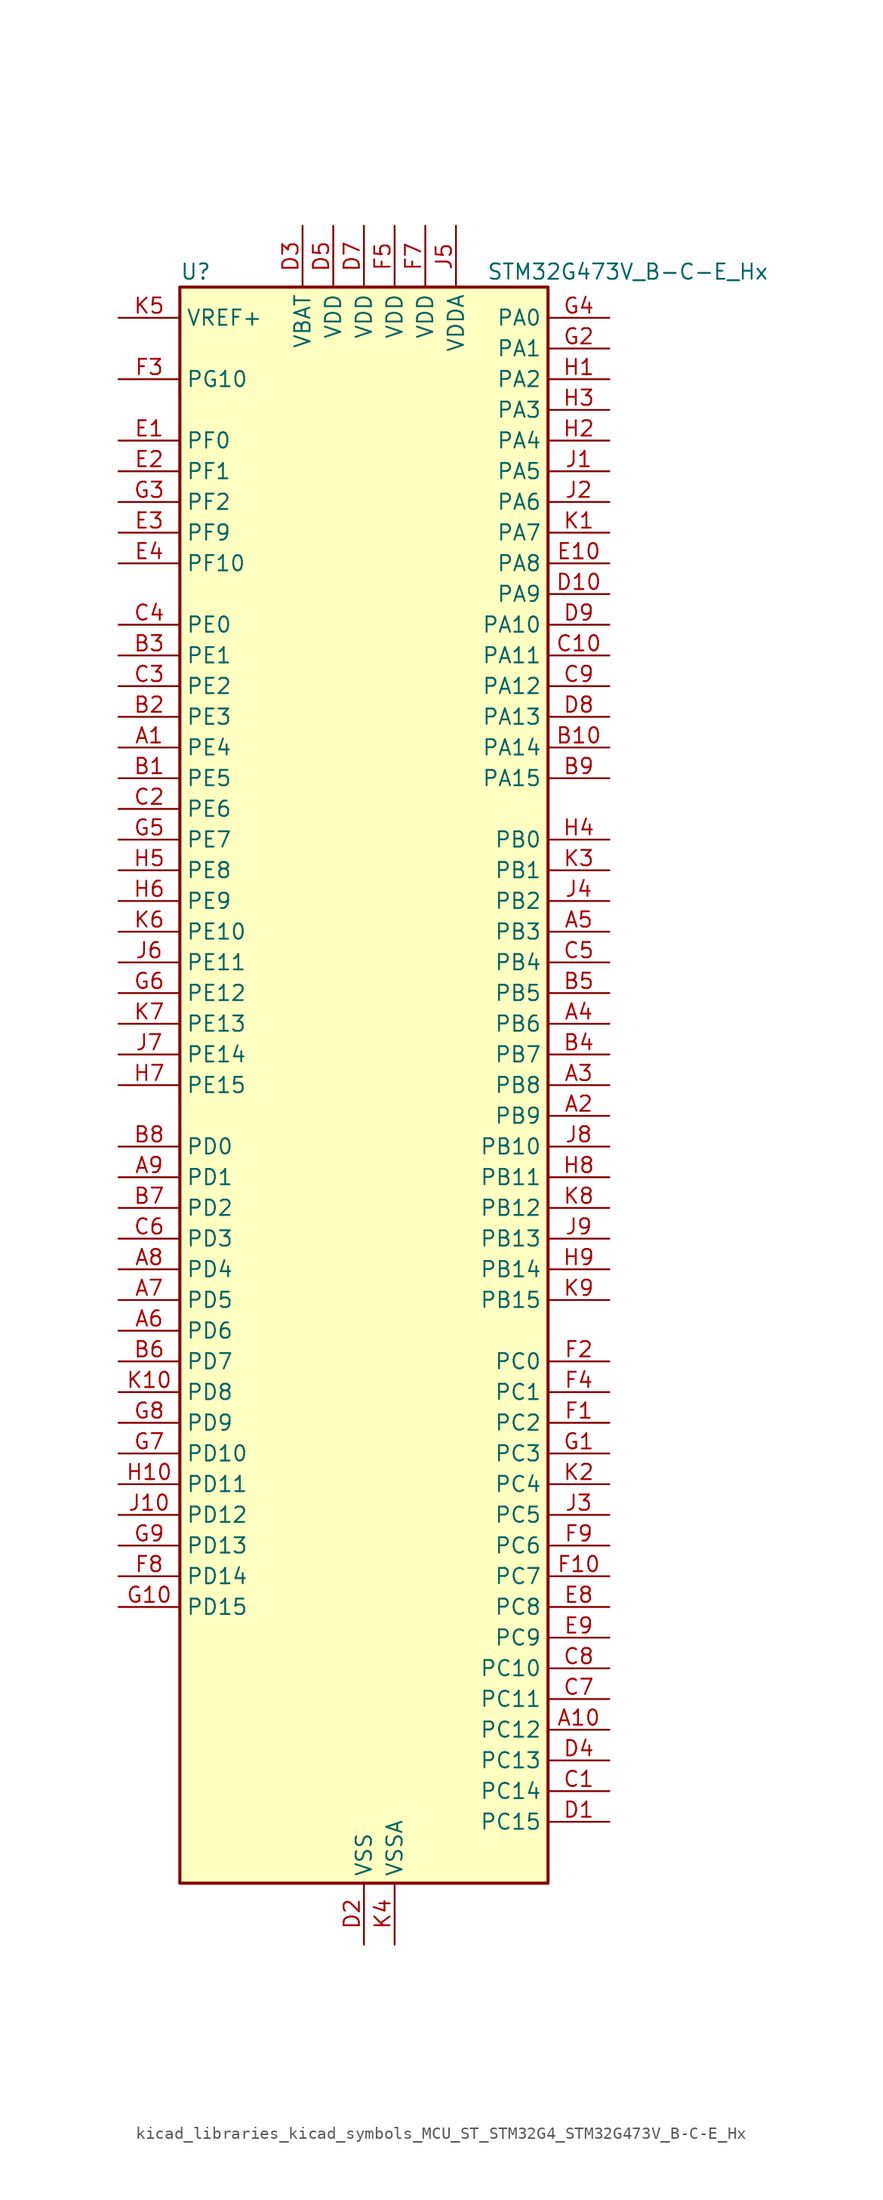
<source format=kicad_sym>
(kicad_symbol_lib
  (version 20220914)
  (generator kicad_symbol_editor)
  (symbol "kicad_libraries_kicad_symbols_MCU_ST_STM32G4_STM32G473V_B-C-E_Hx"
    (property "Reference" "U"
      (at -15.24 67.31 0)
      (effects (font (size 1.27 1.27)) (justify left)))
    (property "Value" "STM32G473V_B-C-E_Hx"
      (at 10.16 67.31 0)
      (effects (font (size 1.27 1.27)) (justify left)))
    (property "ki_locked" ""
      (at 0 0 0)
      (effects (font (size 1.27 1.27))))
    (symbol "kicad_libraries_kicad_symbols_MCU_ST_STM32G4_STM32G473V_B-C-E_Hx_0_1"
      (rectangle (start -15.24 -66.04) (end 15.24 66.04) (stroke (width 0.254) (type default)) (fill (type background))))
    (symbol "kicad_libraries_kicad_symbols_MCU_ST_STM32G4_STM32G473V_B-C-E_Hx_1_1"
      (pin bidirectional line (at -20.32 27.94 0) (length 5.08) (name "PE4" (effects (font (size 1.27 1.27)))) (number "A1" (effects (font (size 1.27 1.27)))) (alternate "FMC_A20" bidirectional line) (alternate "SAI1_D2" bidirectional line) (alternate "SAI1_FS_A" bidirectional line) (alternate "SPI4_NSS" bidirectional line) (alternate "SYS_TRACED1" bidirectional line) (alternate "TIM20_CH1N" bidirectional line) (alternate "TIM3_CH3" bidirectional line))
      (pin bidirectional line (at 20.32 -53.34 180) (length 5.08) (name "PC12" (effects (font (size 1.27 1.27)))) (number "A10" (effects (font (size 1.27 1.27)))) (alternate "I2S3_SD" bidirectional line) (alternate "SPI3_MOSI" bidirectional line) (alternate "TIM5_CH2" bidirectional line) (alternate "TIM8_CH3N" bidirectional line) (alternate "UART5_TX" bidirectional line) (alternate "UCPD1_FRSTX1" bidirectional line) (alternate "UCPD1_FRSTX2" bidirectional line) (alternate "USART3_CK" bidirectional line))
      (pin bidirectional line (at 20.32 -2.54 180) (length 5.08) (name "PB9" (effects (font (size 1.27 1.27)))) (number "A2" (effects (font (size 1.27 1.27)))) (alternate "COMP2_OUT" bidirectional line) (alternate "DAC1_EXTI9" bidirectional line) (alternate "DAC2_EXTI9" bidirectional line) (alternate "DAC3_EXTI9" bidirectional line) (alternate "DAC4_EXTI9" bidirectional line) (alternate "FDCAN1_TX" bidirectional line) (alternate "I2C1_SDA" bidirectional line) (alternate "IR_OUT" bidirectional line) (alternate "SAI1_D2" bidirectional line) (alternate "SAI1_FS_A" bidirectional line) (alternate "TIM17_CH1" bidirectional line) (alternate "TIM1_CH3N" bidirectional line) (alternate "TIM4_CH4" bidirectional line) (alternate "TIM8_CH3" bidirectional line) (alternate "USART3_TX" bidirectional line))
      (pin bidirectional line (at 20.32 0 180) (length 5.08) (name "PB8" (effects (font (size 1.27 1.27)))) (number "A3" (effects (font (size 1.27 1.27)))) (alternate "COMP1_OUT" bidirectional line) (alternate "FDCAN1_RX" bidirectional line) (alternate "I2C1_SCL" bidirectional line) (alternate "SAI1_CK1" bidirectional line) (alternate "SAI1_MCLK_A" bidirectional line) (alternate "TIM16_CH1" bidirectional line) (alternate "TIM1_BKIN" bidirectional line) (alternate "TIM4_CH3" bidirectional line) (alternate "TIM8_CH2" bidirectional line) (alternate "USART3_RX" bidirectional line))
      (pin bidirectional line (at 20.32 5.08 180) (length 5.08) (name "PB6" (effects (font (size 1.27 1.27)))) (number "A4" (effects (font (size 1.27 1.27)))) (alternate "COMP4_OUT" bidirectional line) (alternate "FDCAN2_TX" bidirectional line) (alternate "LPTIM1_ETR" bidirectional line) (alternate "SAI1_FS_B" bidirectional line) (alternate "TIM16_CH1N" bidirectional line) (alternate "TIM4_CH1" bidirectional line) (alternate "TIM8_BKIN2" bidirectional line) (alternate "TIM8_CH1" bidirectional line) (alternate "TIM8_ETR" bidirectional line) (alternate "UCPD1_CC1" bidirectional line) (alternate "USART1_TX" bidirectional line))
      (pin bidirectional line (at 20.32 12.7 180) (length 5.08) (name "PB3" (effects (font (size 1.27 1.27)))) (number "A5" (effects (font (size 1.27 1.27)))) (alternate "ADC3_EXTI3" bidirectional line) (alternate "ADC4_EXTI3" bidirectional line) (alternate "ADC5_EXTI3" bidirectional line) (alternate "CRS_SYNC" bidirectional line) (alternate "FDCAN3_RX" bidirectional line) (alternate "I2S3_CK" bidirectional line) (alternate "SAI1_SCK_B" bidirectional line) (alternate "SPI1_SCK" bidirectional line) (alternate "SPI3_SCK" bidirectional line) (alternate "SYS_JTDO-SWO" bidirectional line) (alternate "TIM2_CH2" bidirectional line) (alternate "TIM3_ETR" bidirectional line) (alternate "TIM4_ETR" bidirectional line) (alternate "TIM8_CH1N" bidirectional line) (alternate "USART2_TX" bidirectional line))
      (pin bidirectional line (at -20.32 -20.32 0) (length 5.08) (name "PD6" (effects (font (size 1.27 1.27)))) (number "A6" (effects (font (size 1.27 1.27)))) (alternate "FMC_NWAIT" bidirectional line) (alternate "QUADSPI1_BK2_IO2" bidirectional line) (alternate "SAI1_D1" bidirectional line) (alternate "SAI1_SD_A" bidirectional line) (alternate "TIM2_CH4" bidirectional line) (alternate "USART2_RX" bidirectional line))
      (pin bidirectional line (at -20.32 -17.78 0) (length 5.08) (name "PD5" (effects (font (size 1.27 1.27)))) (number "A7" (effects (font (size 1.27 1.27)))) (alternate "FMC_NWE" bidirectional line) (alternate "QUADSPI1_BK2_IO1" bidirectional line) (alternate "USART2_TX" bidirectional line))
      (pin bidirectional line (at -20.32 -15.24 0) (length 5.08) (name "PD4" (effects (font (size 1.27 1.27)))) (number "A8" (effects (font (size 1.27 1.27)))) (alternate "FMC_NOE" bidirectional line) (alternate "QUADSPI1_BK2_IO0" bidirectional line) (alternate "TIM2_CH2" bidirectional line) (alternate "USART2_DE" bidirectional line) (alternate "USART2_RTS" bidirectional line))
      (pin bidirectional line (at -20.32 -7.62 0) (length 5.08) (name "PD1" (effects (font (size 1.27 1.27)))) (number "A9" (effects (font (size 1.27 1.27)))) (alternate "FDCAN1_TX" bidirectional line) (alternate "FMC_D3" bidirectional line) (alternate "FMC_DA3" bidirectional line) (alternate "TIM8_BKIN2" bidirectional line) (alternate "TIM8_CH4" bidirectional line))
      (pin bidirectional line (at -20.32 25.4 0) (length 5.08) (name "PE5" (effects (font (size 1.27 1.27)))) (number "B1" (effects (font (size 1.27 1.27)))) (alternate "FMC_A21" bidirectional line) (alternate "SAI1_CK2" bidirectional line) (alternate "SAI1_SCK_A" bidirectional line) (alternate "SPI4_MISO" bidirectional line) (alternate "SYS_TRACED2" bidirectional line) (alternate "TIM20_CH2N" bidirectional line) (alternate "TIM3_CH4" bidirectional line))
      (pin bidirectional line (at 20.32 27.94 180) (length 5.08) (name "PA14" (effects (font (size 1.27 1.27)))) (number "B10" (effects (font (size 1.27 1.27)))) (alternate "I2C1_SDA" bidirectional line) (alternate "I2C4_SMBA" bidirectional line) (alternate "LPTIM1_OUT" bidirectional line) (alternate "SAI1_FS_B" bidirectional line) (alternate "SYS_JTCK-SWCLK" bidirectional line) (alternate "TIM1_BKIN" bidirectional line) (alternate "TIM8_CH2" bidirectional line) (alternate "USART2_TX" bidirectional line))
      (pin bidirectional line (at -20.32 30.48 0) (length 5.08) (name "PE3" (effects (font (size 1.27 1.27)))) (number "B2" (effects (font (size 1.27 1.27)))) (alternate "ADC3_EXTI3" bidirectional line) (alternate "ADC4_EXTI3" bidirectional line) (alternate "ADC5_EXTI3" bidirectional line) (alternate "FMC_A19" bidirectional line) (alternate "SAI1_SD_B" bidirectional line) (alternate "SPI4_NSS" bidirectional line) (alternate "SYS_TRACED0" bidirectional line) (alternate "TIM20_CH2" bidirectional line) (alternate "TIM3_CH2" bidirectional line))
      (pin bidirectional line (at -20.32 35.56 0) (length 5.08) (name "PE1" (effects (font (size 1.27 1.27)))) (number "B3" (effects (font (size 1.27 1.27)))) (alternate "FMC_NBL1" bidirectional line) (alternate "TIM17_CH1" bidirectional line) (alternate "TIM20_CH4" bidirectional line) (alternate "USART1_RX" bidirectional line))
      (pin bidirectional line (at 20.32 2.54 180) (length 5.08) (name "PB7" (effects (font (size 1.27 1.27)))) (number "B4" (effects (font (size 1.27 1.27)))) (alternate "COMP3_OUT" bidirectional line) (alternate "FMC_NL" bidirectional line) (alternate "I2C1_SDA" bidirectional line) (alternate "I2C4_SDA" bidirectional line) (alternate "LPTIM1_IN2" bidirectional line) (alternate "SYS_PVD_IN" bidirectional line) (alternate "TIM17_CH1N" bidirectional line) (alternate "TIM3_CH4" bidirectional line) (alternate "TIM4_CH2" bidirectional line) (alternate "TIM8_BKIN" bidirectional line) (alternate "UART4_CTS" bidirectional line) (alternate "USART1_RX" bidirectional line))
      (pin bidirectional line (at 20.32 7.62 180) (length 5.08) (name "PB5" (effects (font (size 1.27 1.27)))) (number "B5" (effects (font (size 1.27 1.27)))) (alternate "FDCAN2_RX" bidirectional line) (alternate "I2C1_SMBA" bidirectional line) (alternate "I2C3_SDA" bidirectional line) (alternate "I2S3_SD" bidirectional line) (alternate "LPTIM1_IN1" bidirectional line) (alternate "SAI1_SD_B" bidirectional line) (alternate "SPI1_MOSI" bidirectional line) (alternate "SPI3_MOSI" bidirectional line) (alternate "TIM16_BKIN" bidirectional line) (alternate "TIM17_CH1" bidirectional line) (alternate "TIM3_CH2" bidirectional line) (alternate "TIM8_CH3N" bidirectional line) (alternate "UART5_CTS" bidirectional line) (alternate "USART2_CK" bidirectional line))
      (pin bidirectional line (at -20.32 -22.86 0) (length 5.08) (name "PD7" (effects (font (size 1.27 1.27)))) (number "B6" (effects (font (size 1.27 1.27)))) (alternate "FMC_NCE" bidirectional line) (alternate "FMC_NE1" bidirectional line) (alternate "QUADSPI1_BK2_IO3" bidirectional line) (alternate "TIM2_CH3" bidirectional line) (alternate "USART2_CK" bidirectional line))
      (pin bidirectional line (at -20.32 -10.16 0) (length 5.08) (name "PD2" (effects (font (size 1.27 1.27)))) (number "B7" (effects (font (size 1.27 1.27)))) (alternate "ADC3_EXTI2" bidirectional line) (alternate "ADC4_EXTI2" bidirectional line) (alternate "ADC5_EXTI2" bidirectional line) (alternate "TIM3_ETR" bidirectional line) (alternate "TIM8_BKIN" bidirectional line) (alternate "UART5_RX" bidirectional line))
      (pin bidirectional line (at -20.32 -5.08 0) (length 5.08) (name "PD0" (effects (font (size 1.27 1.27)))) (number "B8" (effects (font (size 1.27 1.27)))) (alternate "FDCAN1_RX" bidirectional line) (alternate "FMC_D2" bidirectional line) (alternate "FMC_DA2" bidirectional line) (alternate "TIM8_CH4N" bidirectional line))
      (pin bidirectional line (at 20.32 25.4 180) (length 5.08) (name "PA15" (effects (font (size 1.27 1.27)))) (number "B9" (effects (font (size 1.27 1.27)))) (alternate "ADC1_EXTI15" bidirectional line) (alternate "ADC2_EXTI15" bidirectional line) (alternate "FDCAN3_TX" bidirectional line) (alternate "I2C1_SCL" bidirectional line) (alternate "I2S3_WS" bidirectional line) (alternate "SPI1_NSS" bidirectional line) (alternate "SPI3_NSS" bidirectional line) (alternate "SYS_JTDI" bidirectional line) (alternate "TIM1_BKIN" bidirectional line) (alternate "TIM2_CH1" bidirectional line) (alternate "TIM2_ETR" bidirectional line) (alternate "TIM8_CH1" bidirectional line) (alternate "UART4_DE" bidirectional line) (alternate "UART4_RTS" bidirectional line) (alternate "USART2_RX" bidirectional line))
      (pin bidirectional line (at 20.32 -58.42 180) (length 5.08) (name "PC14" (effects (font (size 1.27 1.27)))) (number "C1" (effects (font (size 1.27 1.27)))) (alternate "RCC_OSC32_IN" bidirectional line))
      (pin bidirectional line (at 20.32 35.56 180) (length 5.08) (name "PA11" (effects (font (size 1.27 1.27)))) (number "C10" (effects (font (size 1.27 1.27)))) (alternate "ADC1_EXTI11" bidirectional line) (alternate "ADC2_EXTI11" bidirectional line) (alternate "COMP1_OUT" bidirectional line) (alternate "FDCAN1_RX" bidirectional line) (alternate "I2S2_SD" bidirectional line) (alternate "SPI2_MOSI" bidirectional line) (alternate "TIM1_BKIN2" bidirectional line) (alternate "TIM1_CH1N" bidirectional line) (alternate "TIM1_CH4" bidirectional line) (alternate "TIM4_CH1" bidirectional line) (alternate "USART1_CTS" bidirectional line) (alternate "USART1_NSS" bidirectional line) (alternate "USB_DM" bidirectional line))
      (pin bidirectional line (at -20.32 22.86 0) (length 5.08) (name "PE6" (effects (font (size 1.27 1.27)))) (number "C2" (effects (font (size 1.27 1.27)))) (alternate "FMC_A22" bidirectional line) (alternate "RTC_TAMP3" bidirectional line) (alternate "SAI1_D1" bidirectional line) (alternate "SAI1_SD_A" bidirectional line) (alternate "SPI4_MOSI" bidirectional line) (alternate "SYS_TRACED3" bidirectional line) (alternate "SYS_WKUP3" bidirectional line) (alternate "TIM20_CH3N" bidirectional line))
      (pin bidirectional line (at -20.32 33.02 0) (length 5.08) (name "PE2" (effects (font (size 1.27 1.27)))) (number "C3" (effects (font (size 1.27 1.27)))) (alternate "ADC3_EXTI2" bidirectional line) (alternate "ADC4_EXTI2" bidirectional line) (alternate "ADC5_EXTI2" bidirectional line) (alternate "FMC_A23" bidirectional line) (alternate "SAI1_CK1" bidirectional line) (alternate "SAI1_MCLK_A" bidirectional line) (alternate "SPI4_SCK" bidirectional line) (alternate "SYS_TRACECLK" bidirectional line) (alternate "TIM20_CH1" bidirectional line) (alternate "TIM3_CH1" bidirectional line))
      (pin bidirectional line (at -20.32 38.1 0) (length 5.08) (name "PE0" (effects (font (size 1.27 1.27)))) (number "C4" (effects (font (size 1.27 1.27)))) (alternate "FMC_NBL0" bidirectional line) (alternate "TIM16_CH1" bidirectional line) (alternate "TIM20_CH4N" bidirectional line) (alternate "TIM20_ETR" bidirectional line) (alternate "TIM4_ETR" bidirectional line) (alternate "USART1_TX" bidirectional line))
      (pin bidirectional line (at 20.32 10.16 180) (length 5.08) (name "PB4" (effects (font (size 1.27 1.27)))) (number "C5" (effects (font (size 1.27 1.27)))) (alternate "FDCAN3_TX" bidirectional line) (alternate "SAI1_MCLK_B" bidirectional line) (alternate "SPI1_MISO" bidirectional line) (alternate "SPI3_MISO" bidirectional line) (alternate "SYS_JTRST" bidirectional line) (alternate "TIM16_CH1" bidirectional line) (alternate "TIM17_BKIN" bidirectional line) (alternate "TIM3_CH1" bidirectional line) (alternate "TIM8_CH2N" bidirectional line) (alternate "UART5_DE" bidirectional line) (alternate "UART5_RTS" bidirectional line) (alternate "UCPD1_CC2" bidirectional line) (alternate "USART2_RX" bidirectional line))
      (pin bidirectional line (at -20.32 -12.7 0) (length 5.08) (name "PD3" (effects (font (size 1.27 1.27)))) (number "C6" (effects (font (size 1.27 1.27)))) (alternate "ADC3_EXTI3" bidirectional line) (alternate "ADC4_EXTI3" bidirectional line) (alternate "ADC5_EXTI3" bidirectional line) (alternate "FMC_CLK" bidirectional line) (alternate "QUADSPI1_BK2_NCS" bidirectional line) (alternate "TIM2_CH1" bidirectional line) (alternate "TIM2_ETR" bidirectional line) (alternate "USART2_CTS" bidirectional line) (alternate "USART2_NSS" bidirectional line))
      (pin bidirectional line (at 20.32 -50.8 180) (length 5.08) (name "PC11" (effects (font (size 1.27 1.27)))) (number "C7" (effects (font (size 1.27 1.27)))) (alternate "ADC1_EXTI11" bidirectional line) (alternate "ADC2_EXTI11" bidirectional line) (alternate "I2C3_SDA" bidirectional line) (alternate "SPI3_MISO" bidirectional line) (alternate "TIM8_CH2N" bidirectional line) (alternate "UART4_RX" bidirectional line) (alternate "USART3_RX" bidirectional line))
      (pin bidirectional line (at 20.32 -48.26 180) (length 5.08) (name "PC10" (effects (font (size 1.27 1.27)))) (number "C8" (effects (font (size 1.27 1.27)))) (alternate "DAC1_EXTI10" bidirectional line) (alternate "DAC2_EXTI10" bidirectional line) (alternate "DAC3_EXTI10" bidirectional line) (alternate "DAC4_EXTI10" bidirectional line) (alternate "I2S3_CK" bidirectional line) (alternate "SPI3_SCK" bidirectional line) (alternate "TIM8_CH1N" bidirectional line) (alternate "UART4_TX" bidirectional line) (alternate "USART3_TX" bidirectional line))
      (pin bidirectional line (at 20.32 33.02 180) (length 5.08) (name "PA12" (effects (font (size 1.27 1.27)))) (number "C9" (effects (font (size 1.27 1.27)))) (alternate "COMP2_OUT" bidirectional line) (alternate "FDCAN1_TX" bidirectional line) (alternate "I2S_CKIN" bidirectional line) (alternate "TIM16_CH1" bidirectional line) (alternate "TIM1_CH2N" bidirectional line) (alternate "TIM1_ETR" bidirectional line) (alternate "TIM4_CH2" bidirectional line) (alternate "USART1_DE" bidirectional line) (alternate "USART1_RTS" bidirectional line) (alternate "USB_DP" bidirectional line))
      (pin bidirectional line (at 20.32 -60.96 180) (length 5.08) (name "PC15" (effects (font (size 1.27 1.27)))) (number "D1" (effects (font (size 1.27 1.27)))) (alternate "ADC1_EXTI15" bidirectional line) (alternate "ADC2_EXTI15" bidirectional line) (alternate "RCC_OSC32_OUT" bidirectional line))
      (pin bidirectional line (at 20.32 40.64 180) (length 5.08) (name "PA9" (effects (font (size 1.27 1.27)))) (number "D10" (effects (font (size 1.27 1.27)))) (alternate "ADC5_IN2" bidirectional line) (alternate "COMP5_OUT" bidirectional line) (alternate "DAC1_EXTI9" bidirectional line) (alternate "DAC2_EXTI9" bidirectional line) (alternate "DAC3_EXTI9" bidirectional line) (alternate "DAC4_EXTI9" bidirectional line) (alternate "I2C2_SCL" bidirectional line) (alternate "I2C3_SMBA" bidirectional line) (alternate "I2S3_MCK" bidirectional line) (alternate "SAI1_FS_A" bidirectional line) (alternate "TIM15_BKIN" bidirectional line) (alternate "TIM1_CH2" bidirectional line) (alternate "TIM2_CH3" bidirectional line) (alternate "UCPD1_DBCC1" bidirectional line) (alternate "USART1_TX" bidirectional line))
      (pin power_in line (at 0 -71.12 90) (length 5.08) (name "VSS" (effects (font (size 1.27 1.27)))) (number "D2" (effects (font (size 1.27 1.27)))))
      (pin power_in line (at -5.08 71.12 270) (length 5.08) (name "VBAT" (effects (font (size 1.27 1.27)))) (number "D3" (effects (font (size 1.27 1.27)))))
      (pin bidirectional line (at 20.32 -55.88 180) (length 5.08) (name "PC13" (effects (font (size 1.27 1.27)))) (number "D4" (effects (font (size 1.27 1.27)))) (alternate "RTC_OUT1" bidirectional line) (alternate "RTC_TAMP1" bidirectional line) (alternate "RTC_TS" bidirectional line) (alternate "SYS_WKUP2" bidirectional line) (alternate "TIM1_BKIN" bidirectional line) (alternate "TIM1_CH1N" bidirectional line) (alternate "TIM8_CH4N" bidirectional line))
      (pin power_in line (at -2.54 71.12 270) (length 5.08) (name "VDD" (effects (font (size 1.27 1.27)))) (number "D5" (effects (font (size 1.27 1.27)))))
      (pin passive line (at 0 -71.12 90) (length 5.08) hide (name "VSS" (effects (font (size 1.27 1.27)))) (number "D6" (effects (font (size 1.27 1.27)))))
      (pin power_in line (at 0 71.12 270) (length 5.08) (name "VDD" (effects (font (size 1.27 1.27)))) (number "D7" (effects (font (size 1.27 1.27)))))
      (pin bidirectional line (at 20.32 30.48 180) (length 5.08) (name "PA13" (effects (font (size 1.27 1.27)))) (number "D8" (effects (font (size 1.27 1.27)))) (alternate "I2C1_SCL" bidirectional line) (alternate "I2C4_SCL" bidirectional line) (alternate "IR_OUT" bidirectional line) (alternate "SAI1_SD_B" bidirectional line) (alternate "SYS_JTMS-SWDIO" bidirectional line) (alternate "TIM16_CH1N" bidirectional line) (alternate "TIM4_CH3" bidirectional line) (alternate "USART3_CTS" bidirectional line) (alternate "USART3_NSS" bidirectional line))
      (pin bidirectional line (at 20.32 38.1 180) (length 5.08) (name "PA10" (effects (font (size 1.27 1.27)))) (number "D9" (effects (font (size 1.27 1.27)))) (alternate "COMP6_OUT" bidirectional line) (alternate "CRS_SYNC" bidirectional line) (alternate "DAC1_EXTI10" bidirectional line) (alternate "DAC2_EXTI10" bidirectional line) (alternate "DAC3_EXTI10" bidirectional line) (alternate "DAC4_EXTI10" bidirectional line) (alternate "I2C2_SMBA" bidirectional line) (alternate "SAI1_D1" bidirectional line) (alternate "SAI1_SD_A" bidirectional line) (alternate "SPI2_MISO" bidirectional line) (alternate "TIM17_BKIN" bidirectional line) (alternate "TIM1_CH3" bidirectional line) (alternate "TIM2_CH4" bidirectional line) (alternate "TIM8_BKIN" bidirectional line) (alternate "UCPD1_DBCC2" bidirectional line) (alternate "USART1_RX" bidirectional line))
      (pin bidirectional line (at -20.32 53.34 0) (length 5.08) (name "PF0" (effects (font (size 1.27 1.27)))) (number "E1" (effects (font (size 1.27 1.27)))) (alternate "ADC1_IN10" bidirectional line) (alternate "I2C2_SDA" bidirectional line) (alternate "I2S2_WS" bidirectional line) (alternate "RCC_OSC_IN" bidirectional line) (alternate "SPI2_NSS" bidirectional line) (alternate "TIM1_CH3N" bidirectional line))
      (pin bidirectional line (at 20.32 43.18 180) (length 5.08) (name "PA8" (effects (font (size 1.27 1.27)))) (number "E10" (effects (font (size 1.27 1.27)))) (alternate "ADC5_IN1" bidirectional line) (alternate "COMP7_OUT" bidirectional line) (alternate "FDCAN3_RX" bidirectional line) (alternate "I2C2_SDA" bidirectional line) (alternate "I2C3_SCL" bidirectional line) (alternate "I2S2_MCK" bidirectional line) (alternate "OPAMP5_VOUT" bidirectional line) (alternate "RCC_MCO" bidirectional line) (alternate "SAI1_CK2" bidirectional line) (alternate "SAI1_SCK_A" bidirectional line) (alternate "TIM1_CH1" bidirectional line) (alternate "TIM4_ETR" bidirectional line) (alternate "USART1_CK" bidirectional line))
      (pin bidirectional line (at -20.32 50.8 0) (length 5.08) (name "PF1" (effects (font (size 1.27 1.27)))) (number "E2" (effects (font (size 1.27 1.27)))) (alternate "ADC2_IN10" bidirectional line) (alternate "COMP3_INM" bidirectional line) (alternate "I2S2_CK" bidirectional line) (alternate "RCC_OSC_OUT" bidirectional line) (alternate "SPI2_SCK" bidirectional line))
      (pin bidirectional line (at -20.32 45.72 0) (length 5.08) (name "PF9" (effects (font (size 1.27 1.27)))) (number "E3" (effects (font (size 1.27 1.27)))) (alternate "DAC1_EXTI9" bidirectional line) (alternate "DAC2_EXTI9" bidirectional line) (alternate "DAC3_EXTI9" bidirectional line) (alternate "DAC4_EXTI9" bidirectional line) (alternate "FMC_A25" bidirectional line) (alternate "QUADSPI1_BK1_IO1" bidirectional line) (alternate "SAI1_FS_B" bidirectional line) (alternate "SPI2_SCK" bidirectional line) (alternate "TIM15_CH1" bidirectional line) (alternate "TIM20_BKIN" bidirectional line) (alternate "TIM5_CH4" bidirectional line))
      (pin bidirectional line (at -20.32 43.18 0) (length 5.08) (name "PF10" (effects (font (size 1.27 1.27)))) (number "E4" (effects (font (size 1.27 1.27)))) (alternate "DAC1_EXTI10" bidirectional line) (alternate "DAC2_EXTI10" bidirectional line) (alternate "DAC3_EXTI10" bidirectional line) (alternate "DAC4_EXTI10" bidirectional line) (alternate "FMC_A0" bidirectional line) (alternate "QUADSPI1_CLK" bidirectional line) (alternate "SAI1_D3" bidirectional line) (alternate "SPI2_SCK" bidirectional line) (alternate "TIM15_CH2" bidirectional line) (alternate "TIM20_BKIN2" bidirectional line))
      (pin passive line (at 0 -71.12 90) (length 5.08) hide (name "VSS" (effects (font (size 1.27 1.27)))) (number "E5" (effects (font (size 1.27 1.27)))))
      (pin passive line (at 0 -71.12 90) (length 5.08) hide (name "VSS" (effects (font (size 1.27 1.27)))) (number "E6" (effects (font (size 1.27 1.27)))))
      (pin passive line (at 0 -71.12 90) (length 5.08) hide (name "VSS" (effects (font (size 1.27 1.27)))) (number "E7" (effects (font (size 1.27 1.27)))))
      (pin bidirectional line (at 20.32 -43.18 180) (length 5.08) (name "PC8" (effects (font (size 1.27 1.27)))) (number "E8" (effects (font (size 1.27 1.27)))) (alternate "COMP7_OUT" bidirectional line) (alternate "I2C3_SCL" bidirectional line) (alternate "TIM20_CH3" bidirectional line) (alternate "TIM3_CH3" bidirectional line) (alternate "TIM8_CH3" bidirectional line))
      (pin bidirectional line (at 20.32 -45.72 180) (length 5.08) (name "PC9" (effects (font (size 1.27 1.27)))) (number "E9" (effects (font (size 1.27 1.27)))) (alternate "DAC1_EXTI9" bidirectional line) (alternate "DAC2_EXTI9" bidirectional line) (alternate "DAC3_EXTI9" bidirectional line) (alternate "DAC4_EXTI9" bidirectional line) (alternate "I2C3_SDA" bidirectional line) (alternate "I2S_CKIN" bidirectional line) (alternate "TIM3_CH4" bidirectional line) (alternate "TIM8_BKIN2" bidirectional line) (alternate "TIM8_CH4" bidirectional line))
      (pin bidirectional line (at 20.32 -27.94 180) (length 5.08) (name "PC2" (effects (font (size 1.27 1.27)))) (number "F1" (effects (font (size 1.27 1.27)))) (alternate "ADC1_IN8" bidirectional line) (alternate "ADC2_IN8" bidirectional line) (alternate "ADC3_EXTI2" bidirectional line) (alternate "ADC4_EXTI2" bidirectional line) (alternate "ADC5_EXTI2" bidirectional line) (alternate "COMP3_OUT" bidirectional line) (alternate "LPTIM1_IN2" bidirectional line) (alternate "QUADSPI1_BK2_IO1" bidirectional line) (alternate "TIM1_CH3" bidirectional line) (alternate "TIM20_CH2" bidirectional line))
      (pin bidirectional line (at 20.32 -40.64 180) (length 5.08) (name "PC7" (effects (font (size 1.27 1.27)))) (number "F10" (effects (font (size 1.27 1.27)))) (alternate "COMP5_OUT" bidirectional line) (alternate "I2C4_SDA" bidirectional line) (alternate "I2S3_MCK" bidirectional line) (alternate "TIM3_CH2" bidirectional line) (alternate "TIM8_CH2" bidirectional line))
      (pin bidirectional line (at 20.32 -22.86 180) (length 5.08) (name "PC0" (effects (font (size 1.27 1.27)))) (number "F2" (effects (font (size 1.27 1.27)))) (alternate "ADC1_IN6" bidirectional line) (alternate "ADC2_IN6" bidirectional line) (alternate "COMP3_INM" bidirectional line) (alternate "LPTIM1_IN1" bidirectional line) (alternate "LPUART1_RX" bidirectional line) (alternate "TIM1_CH1" bidirectional line))
      (pin bidirectional line (at -20.32 58.42 0) (length 5.08) (name "PG10" (effects (font (size 1.27 1.27)))) (number "F3" (effects (font (size 1.27 1.27)))) (alternate "DAC1_EXTI10" bidirectional line) (alternate "DAC2_EXTI10" bidirectional line) (alternate "DAC3_EXTI10" bidirectional line) (alternate "DAC4_EXTI10" bidirectional line) (alternate "RCC_MCO" bidirectional line))
      (pin bidirectional line (at 20.32 -25.4 180) (length 5.08) (name "PC1" (effects (font (size 1.27 1.27)))) (number "F4" (effects (font (size 1.27 1.27)))) (alternate "ADC1_IN7" bidirectional line) (alternate "ADC2_IN7" bidirectional line) (alternate "COMP3_INP" bidirectional line) (alternate "LPTIM1_OUT" bidirectional line) (alternate "LPUART1_TX" bidirectional line) (alternate "QUADSPI1_BK2_IO0" bidirectional line) (alternate "SAI1_SD_A" bidirectional line) (alternate "TIM1_CH2" bidirectional line))
      (pin power_in line (at 2.54 71.12 270) (length 5.08) (name "VDD" (effects (font (size 1.27 1.27)))) (number "F5" (effects (font (size 1.27 1.27)))))
      (pin passive line (at 0 -71.12 90) (length 5.08) hide (name "VSS" (effects (font (size 1.27 1.27)))) (number "F6" (effects (font (size 1.27 1.27)))))
      (pin power_in line (at 5.08 71.12 270) (length 5.08) (name "VDD" (effects (font (size 1.27 1.27)))) (number "F7" (effects (font (size 1.27 1.27)))))
      (pin bidirectional line (at -20.32 -40.64 0) (length 5.08) (name "PD14" (effects (font (size 1.27 1.27)))) (number "F8" (effects (font (size 1.27 1.27)))) (alternate "ADC3_IN11" bidirectional line) (alternate "ADC4_IN11" bidirectional line) (alternate "ADC5_IN11" bidirectional line) (alternate "COMP7_INP" bidirectional line) (alternate "FMC_D0" bidirectional line) (alternate "FMC_DA0" bidirectional line) (alternate "OPAMP2_VINP" bidirectional line) (alternate "OPAMP2_VINP_SEC" bidirectional line) (alternate "TIM4_CH3" bidirectional line))
      (pin bidirectional line (at 20.32 -38.1 180) (length 5.08) (name "PC6" (effects (font (size 1.27 1.27)))) (number "F9" (effects (font (size 1.27 1.27)))) (alternate "COMP6_OUT" bidirectional line) (alternate "I2C4_SCL" bidirectional line) (alternate "I2S2_MCK" bidirectional line) (alternate "TIM3_CH1" bidirectional line) (alternate "TIM8_CH1" bidirectional line))
      (pin bidirectional line (at 20.32 -30.48 180) (length 5.08) (name "PC3" (effects (font (size 1.27 1.27)))) (number "G1" (effects (font (size 1.27 1.27)))) (alternate "ADC1_IN9" bidirectional line) (alternate "ADC2_IN9" bidirectional line) (alternate "ADC3_EXTI3" bidirectional line) (alternate "ADC4_EXTI3" bidirectional line) (alternate "ADC5_EXTI3" bidirectional line) (alternate "LPTIM1_ETR" bidirectional line) (alternate "OPAMP5_VINP" bidirectional line) (alternate "OPAMP5_VINP_SEC" bidirectional line) (alternate "QUADSPI1_BK2_IO2" bidirectional line) (alternate "SAI1_D1" bidirectional line) (alternate "SAI1_SD_A" bidirectional line) (alternate "TIM1_BKIN2" bidirectional line) (alternate "TIM1_CH4" bidirectional line))
      (pin bidirectional line (at -20.32 -43.18 0) (length 5.08) (name "PD15" (effects (font (size 1.27 1.27)))) (number "G10" (effects (font (size 1.27 1.27)))) (alternate "ADC1_EXTI15" bidirectional line) (alternate "ADC2_EXTI15" bidirectional line) (alternate "COMP7_INM" bidirectional line) (alternate "FMC_D1" bidirectional line) (alternate "FMC_DA1" bidirectional line) (alternate "SPI2_NSS" bidirectional line) (alternate "TIM4_CH4" bidirectional line))
      (pin bidirectional line (at 20.32 60.96 180) (length 5.08) (name "PA1" (effects (font (size 1.27 1.27)))) (number "G2" (effects (font (size 1.27 1.27)))) (alternate "ADC1_IN2" bidirectional line) (alternate "ADC2_IN2" bidirectional line) (alternate "COMP1_INP" bidirectional line) (alternate "OPAMP1_VINP" bidirectional line) (alternate "OPAMP1_VINP_SEC" bidirectional line) (alternate "OPAMP3_VINP" bidirectional line) (alternate "OPAMP3_VINP_SEC" bidirectional line) (alternate "OPAMP6_VINM" bidirectional line) (alternate "OPAMP6_VINM0" bidirectional line) (alternate "OPAMP6_VINM_SEC" bidirectional line) (alternate "RTC_REFIN" bidirectional line) (alternate "TIM15_CH1N" bidirectional line) (alternate "TIM2_CH2" bidirectional line) (alternate "TIM5_CH2" bidirectional line) (alternate "USART2_DE" bidirectional line) (alternate "USART2_RTS" bidirectional line))
      (pin bidirectional line (at -20.32 48.26 0) (length 5.08) (name "PF2" (effects (font (size 1.27 1.27)))) (number "G3" (effects (font (size 1.27 1.27)))) (alternate "ADC3_EXTI2" bidirectional line) (alternate "ADC4_EXTI2" bidirectional line) (alternate "ADC5_EXTI2" bidirectional line) (alternate "FMC_A2" bidirectional line) (alternate "I2C2_SMBA" bidirectional line) (alternate "TIM20_CH3" bidirectional line))
      (pin bidirectional line (at 20.32 63.5 180) (length 5.08) (name "PA0" (effects (font (size 1.27 1.27)))) (number "G4" (effects (font (size 1.27 1.27)))) (alternate "ADC1_IN1" bidirectional line) (alternate "ADC2_IN1" bidirectional line) (alternate "COMP1_INM" bidirectional line) (alternate "COMP1_OUT" bidirectional line) (alternate "COMP3_INP" bidirectional line) (alternate "RTC_TAMP2" bidirectional line) (alternate "SYS_WKUP1" bidirectional line) (alternate "TIM2_CH1" bidirectional line) (alternate "TIM2_ETR" bidirectional line) (alternate "TIM5_CH1" bidirectional line) (alternate "TIM8_BKIN" bidirectional line) (alternate "TIM8_ETR" bidirectional line) (alternate "USART2_CTS" bidirectional line) (alternate "USART2_NSS" bidirectional line))
      (pin bidirectional line (at -20.32 20.32 0) (length 5.08) (name "PE7" (effects (font (size 1.27 1.27)))) (number "G5" (effects (font (size 1.27 1.27)))) (alternate "ADC3_IN4" bidirectional line) (alternate "COMP4_INP" bidirectional line) (alternate "FMC_D4" bidirectional line) (alternate "FMC_DA4" bidirectional line) (alternate "SAI1_SD_B" bidirectional line) (alternate "TIM1_ETR" bidirectional line))
      (pin bidirectional line (at -20.32 7.62 0) (length 5.08) (name "PE12" (effects (font (size 1.27 1.27)))) (number "G6" (effects (font (size 1.27 1.27)))) (alternate "ADC3_IN16" bidirectional line) (alternate "ADC4_IN16" bidirectional line) (alternate "ADC5_IN16" bidirectional line) (alternate "FMC_D9" bidirectional line) (alternate "FMC_DA9" bidirectional line) (alternate "QUADSPI1_BK1_IO0" bidirectional line) (alternate "SPI4_SCK" bidirectional line) (alternate "TIM1_CH3N" bidirectional line))
      (pin bidirectional line (at -20.32 -30.48 0) (length 5.08) (name "PD10" (effects (font (size 1.27 1.27)))) (number "G7" (effects (font (size 1.27 1.27)))) (alternate "ADC3_IN7" bidirectional line) (alternate "ADC4_IN7" bidirectional line) (alternate "ADC5_IN7" bidirectional line) (alternate "COMP6_INM" bidirectional line) (alternate "DAC1_EXTI10" bidirectional line) (alternate "DAC2_EXTI10" bidirectional line) (alternate "DAC3_EXTI10" bidirectional line) (alternate "DAC4_EXTI10" bidirectional line) (alternate "FMC_D15" bidirectional line) (alternate "FMC_DA15" bidirectional line) (alternate "USART3_CK" bidirectional line))
      (pin bidirectional line (at -20.32 -27.94 0) (length 5.08) (name "PD9" (effects (font (size 1.27 1.27)))) (number "G8" (effects (font (size 1.27 1.27)))) (alternate "ADC4_IN13" bidirectional line) (alternate "ADC5_IN13" bidirectional line) (alternate "DAC1_EXTI9" bidirectional line) (alternate "DAC2_EXTI9" bidirectional line) (alternate "DAC3_EXTI9" bidirectional line) (alternate "DAC4_EXTI9" bidirectional line) (alternate "FMC_D14" bidirectional line) (alternate "FMC_DA14" bidirectional line) (alternate "OPAMP6_VINP" bidirectional line) (alternate "OPAMP6_VINP_SEC" bidirectional line) (alternate "USART3_RX" bidirectional line))
      (pin bidirectional line (at -20.32 -38.1 0) (length 5.08) (name "PD13" (effects (font (size 1.27 1.27)))) (number "G9" (effects (font (size 1.27 1.27)))) (alternate "ADC3_IN10" bidirectional line) (alternate "ADC4_IN10" bidirectional line) (alternate "ADC5_IN10" bidirectional line) (alternate "COMP5_INM" bidirectional line) (alternate "FMC_A18" bidirectional line) (alternate "TIM4_CH2" bidirectional line))
      (pin bidirectional line (at 20.32 58.42 180) (length 5.08) (name "PA2" (effects (font (size 1.27 1.27)))) (number "H1" (effects (font (size 1.27 1.27)))) (alternate "ADC1_IN3" bidirectional line) (alternate "ADC3_EXTI2" bidirectional line) (alternate "ADC4_EXTI2" bidirectional line) (alternate "ADC5_EXTI2" bidirectional line) (alternate "COMP2_INM" bidirectional line) (alternate "COMP2_OUT" bidirectional line) (alternate "LPUART1_TX" bidirectional line) (alternate "OPAMP1_VOUT" bidirectional line) (alternate "QUADSPI1_BK1_NCS" bidirectional line) (alternate "RCC_LSCO" bidirectional line) (alternate "SYS_WKUP4" bidirectional line) (alternate "TIM15_CH1" bidirectional line) (alternate "TIM2_CH3" bidirectional line) (alternate "TIM5_CH3" bidirectional line) (alternate "UCPD1_FRSTX1" bidirectional line) (alternate "UCPD1_FRSTX2" bidirectional line) (alternate "USART2_TX" bidirectional line))
      (pin bidirectional line (at -20.32 -33.02 0) (length 5.08) (name "PD11" (effects (font (size 1.27 1.27)))) (number "H10" (effects (font (size 1.27 1.27)))) (alternate "ADC1_EXTI11" bidirectional line) (alternate "ADC2_EXTI11" bidirectional line) (alternate "ADC3_IN8" bidirectional line) (alternate "ADC4_IN8" bidirectional line) (alternate "ADC5_IN8" bidirectional line) (alternate "COMP6_INP" bidirectional line) (alternate "FMC_A16" bidirectional line) (alternate "FMC_CLE" bidirectional line) (alternate "I2C4_SMBA" bidirectional line) (alternate "OPAMP4_VINP" bidirectional line) (alternate "OPAMP4_VINP_SEC" bidirectional line) (alternate "TIM5_ETR" bidirectional line) (alternate "USART3_CTS" bidirectional line) (alternate "USART3_NSS" bidirectional line))
      (pin bidirectional line (at 20.32 53.34 180) (length 5.08) (name "PA4" (effects (font (size 1.27 1.27)))) (number "H2" (effects (font (size 1.27 1.27)))) (alternate "ADC2_IN17" bidirectional line) (alternate "COMP1_INM" bidirectional line) (alternate "DAC1_OUT1" bidirectional line) (alternate "I2S3_WS" bidirectional line) (alternate "SAI1_FS_B" bidirectional line) (alternate "SPI1_NSS" bidirectional line) (alternate "SPI3_NSS" bidirectional line) (alternate "TIM3_CH2" bidirectional line) (alternate "USART2_CK" bidirectional line))
      (pin bidirectional line (at 20.32 55.88 180) (length 5.08) (name "PA3" (effects (font (size 1.27 1.27)))) (number "H3" (effects (font (size 1.27 1.27)))) (alternate "ADC1_IN4" bidirectional line) (alternate "ADC3_EXTI3" bidirectional line) (alternate "ADC4_EXTI3" bidirectional line) (alternate "ADC5_EXTI3" bidirectional line) (alternate "COMP2_INP" bidirectional line) (alternate "LPUART1_RX" bidirectional line) (alternate "OPAMP1_VINM" bidirectional line) (alternate "OPAMP1_VINM0" bidirectional line) (alternate "OPAMP1_VINM_SEC" bidirectional line) (alternate "OPAMP1_VINP" bidirectional line) (alternate "OPAMP1_VINP_SEC" bidirectional line) (alternate "OPAMP5_VINM" bidirectional line) (alternate "OPAMP5_VINM1" bidirectional line) (alternate "OPAMP5_VINM_SEC" bidirectional line) (alternate "QUADSPI1_CLK" bidirectional line) (alternate "SAI1_CK1" bidirectional line) (alternate "SAI1_MCLK_A" bidirectional line) (alternate "TIM15_CH2" bidirectional line) (alternate "TIM2_CH4" bidirectional line) (alternate "TIM5_CH4" bidirectional line) (alternate "USART2_RX" bidirectional line))
      (pin bidirectional line (at 20.32 20.32 180) (length 5.08) (name "PB0" (effects (font (size 1.27 1.27)))) (number "H4" (effects (font (size 1.27 1.27)))) (alternate "ADC1_IN15" bidirectional line) (alternate "ADC3_IN12" bidirectional line) (alternate "COMP4_INP" bidirectional line) (alternate "OPAMP2_VINP" bidirectional line) (alternate "OPAMP2_VINP_SEC" bidirectional line) (alternate "OPAMP3_VINP" bidirectional line) (alternate "OPAMP3_VINP_SEC" bidirectional line) (alternate "QUADSPI1_BK1_IO1" bidirectional line) (alternate "TIM1_CH2N" bidirectional line) (alternate "TIM3_CH3" bidirectional line) (alternate "TIM8_CH2N" bidirectional line) (alternate "UCPD1_FRSTX1" bidirectional line) (alternate "UCPD1_FRSTX2" bidirectional line))
      (pin bidirectional line (at -20.32 17.78 0) (length 5.08) (name "PE8" (effects (font (size 1.27 1.27)))) (number "H5" (effects (font (size 1.27 1.27)))) (alternate "ADC3_IN6" bidirectional line) (alternate "ADC4_IN6" bidirectional line) (alternate "ADC5_IN6" bidirectional line) (alternate "COMP4_INM" bidirectional line) (alternate "FMC_D5" bidirectional line) (alternate "FMC_DA5" bidirectional line) (alternate "SAI1_SCK_B" bidirectional line) (alternate "TIM1_CH1N" bidirectional line) (alternate "TIM5_CH3" bidirectional line))
      (pin bidirectional line (at -20.32 15.24 0) (length 5.08) (name "PE9" (effects (font (size 1.27 1.27)))) (number "H6" (effects (font (size 1.27 1.27)))) (alternate "ADC3_IN2" bidirectional line) (alternate "DAC1_EXTI9" bidirectional line) (alternate "DAC2_EXTI9" bidirectional line) (alternate "DAC3_EXTI9" bidirectional line) (alternate "DAC4_EXTI9" bidirectional line) (alternate "FMC_D6" bidirectional line) (alternate "FMC_DA6" bidirectional line) (alternate "SAI1_FS_B" bidirectional line) (alternate "TIM1_CH1" bidirectional line) (alternate "TIM5_CH4" bidirectional line))
      (pin bidirectional line (at -20.32 0 0) (length 5.08) (name "PE15" (effects (font (size 1.27 1.27)))) (number "H7" (effects (font (size 1.27 1.27)))) (alternate "ADC1_EXTI15" bidirectional line) (alternate "ADC2_EXTI15" bidirectional line) (alternate "ADC4_IN2" bidirectional line) (alternate "FMC_D12" bidirectional line) (alternate "FMC_DA12" bidirectional line) (alternate "QUADSPI1_BK1_IO3" bidirectional line) (alternate "TIM1_BKIN" bidirectional line) (alternate "TIM1_CH4N" bidirectional line) (alternate "USART3_RX" bidirectional line))
      (pin bidirectional line (at 20.32 -7.62 180) (length 5.08) (name "PB11" (effects (font (size 1.27 1.27)))) (number "H8" (effects (font (size 1.27 1.27)))) (alternate "ADC1_EXTI11" bidirectional line) (alternate "ADC1_IN14" bidirectional line) (alternate "ADC2_EXTI11" bidirectional line) (alternate "ADC2_IN14" bidirectional line) (alternate "COMP6_INP" bidirectional line) (alternate "LPUART1_TX" bidirectional line) (alternate "OPAMP4_VINP" bidirectional line) (alternate "OPAMP4_VINP_SEC" bidirectional line) (alternate "OPAMP6_VOUT" bidirectional line) (alternate "QUADSPI1_BK1_NCS" bidirectional line) (alternate "TIM2_CH4" bidirectional line) (alternate "USART3_RX" bidirectional line))
      (pin bidirectional line (at 20.32 -15.24 180) (length 5.08) (name "PB14" (effects (font (size 1.27 1.27)))) (number "H9" (effects (font (size 1.27 1.27)))) (alternate "ADC1_IN5" bidirectional line) (alternate "ADC4_IN4" bidirectional line) (alternate "COMP4_OUT" bidirectional line) (alternate "COMP7_INP" bidirectional line) (alternate "OPAMP2_VINP" bidirectional line) (alternate "OPAMP2_VINP_SEC" bidirectional line) (alternate "OPAMP5_VINP" bidirectional line) (alternate "OPAMP5_VINP_SEC" bidirectional line) (alternate "SPI2_MISO" bidirectional line) (alternate "TIM15_CH1" bidirectional line) (alternate "TIM1_CH2N" bidirectional line) (alternate "USART3_DE" bidirectional line) (alternate "USART3_RTS" bidirectional line))
      (pin bidirectional line (at 20.32 50.8 180) (length 5.08) (name "PA5" (effects (font (size 1.27 1.27)))) (number "J1" (effects (font (size 1.27 1.27)))) (alternate "ADC2_IN13" bidirectional line) (alternate "COMP2_INM" bidirectional line) (alternate "DAC1_OUT2" bidirectional line) (alternate "OPAMP2_VINM" bidirectional line) (alternate "OPAMP2_VINM0" bidirectional line) (alternate "OPAMP2_VINM_SEC" bidirectional line) (alternate "SPI1_SCK" bidirectional line) (alternate "TIM2_CH1" bidirectional line) (alternate "TIM2_ETR" bidirectional line) (alternate "UCPD1_FRSTX1" bidirectional line) (alternate "UCPD1_FRSTX2" bidirectional line))
      (pin bidirectional line (at -20.32 -35.56 0) (length 5.08) (name "PD12" (effects (font (size 1.27 1.27)))) (number "J10" (effects (font (size 1.27 1.27)))) (alternate "ADC3_IN9" bidirectional line) (alternate "ADC4_IN9" bidirectional line) (alternate "ADC5_IN9" bidirectional line) (alternate "COMP5_INP" bidirectional line) (alternate "FMC_A17" bidirectional line) (alternate "FMC_ALE" bidirectional line) (alternate "OPAMP5_VINP" bidirectional line) (alternate "OPAMP5_VINP_SEC" bidirectional line) (alternate "TIM4_CH1" bidirectional line) (alternate "USART3_DE" bidirectional line) (alternate "USART3_RTS" bidirectional line))
      (pin bidirectional line (at 20.32 48.26 180) (length 5.08) (name "PA6" (effects (font (size 1.27 1.27)))) (number "J2" (effects (font (size 1.27 1.27)))) (alternate "ADC2_IN3" bidirectional line) (alternate "COMP1_OUT" bidirectional line) (alternate "DAC2_OUT1" bidirectional line) (alternate "LPUART1_CTS" bidirectional line) (alternate "OPAMP2_VOUT" bidirectional line) (alternate "QUADSPI1_BK1_IO3" bidirectional line) (alternate "SPI1_MISO" bidirectional line) (alternate "TIM16_CH1" bidirectional line) (alternate "TIM1_BKIN" bidirectional line) (alternate "TIM3_CH1" bidirectional line) (alternate "TIM8_BKIN" bidirectional line))
      (pin bidirectional line (at 20.32 -35.56 180) (length 5.08) (name "PC5" (effects (font (size 1.27 1.27)))) (number "J3" (effects (font (size 1.27 1.27)))) (alternate "ADC2_IN11" bidirectional line) (alternate "OPAMP1_VINM" bidirectional line) (alternate "OPAMP1_VINM1" bidirectional line) (alternate "OPAMP1_VINM_SEC" bidirectional line) (alternate "OPAMP2_VINM" bidirectional line) (alternate "OPAMP2_VINM1" bidirectional line) (alternate "OPAMP2_VINM_SEC" bidirectional line) (alternate "SAI1_D3" bidirectional line) (alternate "SYS_WKUP5" bidirectional line) (alternate "TIM15_BKIN" bidirectional line) (alternate "TIM1_CH4N" bidirectional line) (alternate "USART1_RX" bidirectional line))
      (pin bidirectional line (at 20.32 15.24 180) (length 5.08) (name "PB2" (effects (font (size 1.27 1.27)))) (number "J4" (effects (font (size 1.27 1.27)))) (alternate "ADC2_IN12" bidirectional line) (alternate "ADC3_EXTI2" bidirectional line) (alternate "ADC4_EXTI2" bidirectional line) (alternate "ADC5_EXTI2" bidirectional line) (alternate "COMP4_INM" bidirectional line) (alternate "I2C3_SMBA" bidirectional line) (alternate "LPTIM1_OUT" bidirectional line) (alternate "OPAMP3_VINM" bidirectional line) (alternate "OPAMP3_VINM0" bidirectional line) (alternate "OPAMP3_VINM_SEC" bidirectional line) (alternate "QUADSPI1_BK2_IO1" bidirectional line) (alternate "RTC_OUT2" bidirectional line) (alternate "TIM20_CH1" bidirectional line) (alternate "TIM5_CH1" bidirectional line))
      (pin power_in line (at 7.62 71.12 270) (length 5.08) (name "VDDA" (effects (font (size 1.27 1.27)))) (number "J5" (effects (font (size 1.27 1.27)))))
      (pin bidirectional line (at -20.32 10.16 0) (length 5.08) (name "PE11" (effects (font (size 1.27 1.27)))) (number "J6" (effects (font (size 1.27 1.27)))) (alternate "ADC1_EXTI11" bidirectional line) (alternate "ADC2_EXTI11" bidirectional line) (alternate "ADC3_IN15" bidirectional line) (alternate "ADC4_IN15" bidirectional line) (alternate "ADC5_IN15" bidirectional line) (alternate "FMC_D8" bidirectional line) (alternate "FMC_DA8" bidirectional line) (alternate "QUADSPI1_BK1_NCS" bidirectional line) (alternate "SPI4_NSS" bidirectional line) (alternate "TIM1_CH2" bidirectional line))
      (pin bidirectional line (at -20.32 2.54 0) (length 5.08) (name "PE14" (effects (font (size 1.27 1.27)))) (number "J7" (effects (font (size 1.27 1.27)))) (alternate "ADC4_IN1" bidirectional line) (alternate "FMC_D11" bidirectional line) (alternate "FMC_DA11" bidirectional line) (alternate "QUADSPI1_BK1_IO2" bidirectional line) (alternate "SPI4_MOSI" bidirectional line) (alternate "TIM1_BKIN2" bidirectional line) (alternate "TIM1_CH4" bidirectional line))
      (pin bidirectional line (at 20.32 -5.08 180) (length 5.08) (name "PB10" (effects (font (size 1.27 1.27)))) (number "J8" (effects (font (size 1.27 1.27)))) (alternate "COMP5_INM" bidirectional line) (alternate "DAC1_EXTI10" bidirectional line) (alternate "DAC2_EXTI10" bidirectional line) (alternate "DAC3_EXTI10" bidirectional line) (alternate "DAC4_EXTI10" bidirectional line) (alternate "LPUART1_RX" bidirectional line) (alternate "OPAMP3_VINM" bidirectional line) (alternate "OPAMP3_VINM1" bidirectional line) (alternate "OPAMP3_VINM_SEC" bidirectional line) (alternate "OPAMP4_VINM" bidirectional line) (alternate "OPAMP4_VINM0" bidirectional line) (alternate "OPAMP4_VINM_SEC" bidirectional line) (alternate "QUADSPI1_CLK" bidirectional line) (alternate "SAI1_SCK_A" bidirectional line) (alternate "TIM1_BKIN" bidirectional line) (alternate "TIM2_CH3" bidirectional line) (alternate "USART3_TX" bidirectional line))
      (pin bidirectional line (at 20.32 -12.7 180) (length 5.08) (name "PB13" (effects (font (size 1.27 1.27)))) (number "J9" (effects (font (size 1.27 1.27)))) (alternate "ADC3_IN5" bidirectional line) (alternate "COMP5_INP" bidirectional line) (alternate "FDCAN2_TX" bidirectional line) (alternate "I2S2_CK" bidirectional line) (alternate "LPUART1_CTS" bidirectional line) (alternate "OPAMP3_VINP" bidirectional line) (alternate "OPAMP3_VINP_SEC" bidirectional line) (alternate "OPAMP4_VINP" bidirectional line) (alternate "OPAMP4_VINP_SEC" bidirectional line) (alternate "OPAMP6_VINP" bidirectional line) (alternate "OPAMP6_VINP_SEC" bidirectional line) (alternate "SPI2_SCK" bidirectional line) (alternate "TIM1_CH1N" bidirectional line) (alternate "USART3_CTS" bidirectional line) (alternate "USART3_NSS" bidirectional line))
      (pin bidirectional line (at 20.32 45.72 180) (length 5.08) (name "PA7" (effects (font (size 1.27 1.27)))) (number "K1" (effects (font (size 1.27 1.27)))) (alternate "ADC2_IN4" bidirectional line) (alternate "COMP2_INP" bidirectional line) (alternate "COMP2_OUT" bidirectional line) (alternate "OPAMP1_VINP" bidirectional line) (alternate "OPAMP1_VINP_SEC" bidirectional line) (alternate "OPAMP2_VINP" bidirectional line) (alternate "OPAMP2_VINP_SEC" bidirectional line) (alternate "QUADSPI1_BK1_IO2" bidirectional line) (alternate "SPI1_MOSI" bidirectional line) (alternate "TIM17_CH1" bidirectional line) (alternate "TIM1_CH1N" bidirectional line) (alternate "TIM3_CH2" bidirectional line) (alternate "TIM8_CH1N" bidirectional line) (alternate "UCPD1_FRSTX1" bidirectional line) (alternate "UCPD1_FRSTX2" bidirectional line))
      (pin bidirectional line (at -20.32 -25.4 0) (length 5.08) (name "PD8" (effects (font (size 1.27 1.27)))) (number "K10" (effects (font (size 1.27 1.27)))) (alternate "ADC4_IN12" bidirectional line) (alternate "ADC5_IN12" bidirectional line) (alternate "FMC_D13" bidirectional line) (alternate "FMC_DA13" bidirectional line) (alternate "OPAMP4_VINM" bidirectional line) (alternate "OPAMP4_VINM1" bidirectional line) (alternate "OPAMP4_VINM_SEC" bidirectional line) (alternate "USART3_TX" bidirectional line))
      (pin bidirectional line (at 20.32 -33.02 180) (length 5.08) (name "PC4" (effects (font (size 1.27 1.27)))) (number "K2" (effects (font (size 1.27 1.27)))) (alternate "ADC2_IN5" bidirectional line) (alternate "I2C2_SCL" bidirectional line) (alternate "QUADSPI1_BK2_IO3" bidirectional line) (alternate "TIM1_ETR" bidirectional line) (alternate "USART1_TX" bidirectional line))
      (pin bidirectional line (at 20.32 17.78 180) (length 5.08) (name "PB1" (effects (font (size 1.27 1.27)))) (number "K3" (effects (font (size 1.27 1.27)))) (alternate "ADC1_IN12" bidirectional line) (alternate "ADC3_IN1" bidirectional line) (alternate "COMP1_INP" bidirectional line) (alternate "COMP4_OUT" bidirectional line) (alternate "LPUART1_DE" bidirectional line) (alternate "LPUART1_RTS" bidirectional line) (alternate "OPAMP3_VOUT" bidirectional line) (alternate "OPAMP6_VINM" bidirectional line) (alternate "OPAMP6_VINM1" bidirectional line) (alternate "OPAMP6_VINM_SEC" bidirectional line) (alternate "QUADSPI1_BK1_IO0" bidirectional line) (alternate "TIM1_CH3N" bidirectional line) (alternate "TIM3_CH4" bidirectional line) (alternate "TIM8_CH3N" bidirectional line))
      (pin power_in line (at 2.54 -71.12 90) (length 5.08) (name "VSSA" (effects (font (size 1.27 1.27)))) (number "K4" (effects (font (size 1.27 1.27)))))
      (pin input line (at -20.32 63.5 0) (length 5.08) (name "VREF+" (effects (font (size 1.27 1.27)))) (number "K5" (effects (font (size 1.27 1.27)))) (alternate "VREFBUF_OUT" bidirectional line))
      (pin bidirectional line (at -20.32 12.7 0) (length 5.08) (name "PE10" (effects (font (size 1.27 1.27)))) (number "K6" (effects (font (size 1.27 1.27)))) (alternate "ADC3_IN14" bidirectional line) (alternate "ADC4_IN14" bidirectional line) (alternate "ADC5_IN14" bidirectional line) (alternate "DAC1_EXTI10" bidirectional line) (alternate "DAC2_EXTI10" bidirectional line) (alternate "DAC3_EXTI10" bidirectional line) (alternate "DAC4_EXTI10" bidirectional line) (alternate "FMC_D7" bidirectional line) (alternate "FMC_DA7" bidirectional line) (alternate "QUADSPI1_CLK" bidirectional line) (alternate "SAI1_MCLK_B" bidirectional line) (alternate "TIM1_CH2N" bidirectional line))
      (pin bidirectional line (at -20.32 5.08 0) (length 5.08) (name "PE13" (effects (font (size 1.27 1.27)))) (number "K7" (effects (font (size 1.27 1.27)))) (alternate "ADC3_IN3" bidirectional line) (alternate "FMC_D10" bidirectional line) (alternate "FMC_DA10" bidirectional line) (alternate "QUADSPI1_BK1_IO1" bidirectional line) (alternate "SPI4_MISO" bidirectional line) (alternate "TIM1_CH3" bidirectional line))
      (pin bidirectional line (at 20.32 -10.16 180) (length 5.08) (name "PB12" (effects (font (size 1.27 1.27)))) (number "K8" (effects (font (size 1.27 1.27)))) (alternate "ADC1_IN11" bidirectional line) (alternate "ADC4_IN3" bidirectional line) (alternate "COMP7_INM" bidirectional line) (alternate "FDCAN2_RX" bidirectional line) (alternate "I2C2_SMBA" bidirectional line) (alternate "I2S2_WS" bidirectional line) (alternate "LPUART1_DE" bidirectional line) (alternate "LPUART1_RTS" bidirectional line) (alternate "OPAMP4_VOUT" bidirectional line) (alternate "OPAMP6_VINP" bidirectional line) (alternate "OPAMP6_VINP_SEC" bidirectional line) (alternate "SPI2_NSS" bidirectional line) (alternate "TIM1_BKIN" bidirectional line) (alternate "TIM5_ETR" bidirectional line) (alternate "USART3_CK" bidirectional line))
      (pin bidirectional line (at 20.32 -17.78 180) (length 5.08) (name "PB15" (effects (font (size 1.27 1.27)))) (number "K9" (effects (font (size 1.27 1.27)))) (alternate "ADC1_EXTI15" bidirectional line) (alternate "ADC2_EXTI15" bidirectional line) (alternate "ADC2_IN15" bidirectional line) (alternate "ADC4_IN5" bidirectional line) (alternate "COMP3_OUT" bidirectional line) (alternate "COMP6_INM" bidirectional line) (alternate "I2S2_SD" bidirectional line) (alternate "OPAMP5_VINM" bidirectional line) (alternate "OPAMP5_VINM0" bidirectional line) (alternate "OPAMP5_VINM_SEC" bidirectional line) (alternate "RTC_REFIN" bidirectional line) (alternate "SPI2_MOSI" bidirectional line) (alternate "TIM15_CH1N" bidirectional line) (alternate "TIM15_CH2" bidirectional line) (alternate "TIM1_CH3N" bidirectional line)))))
</source>
